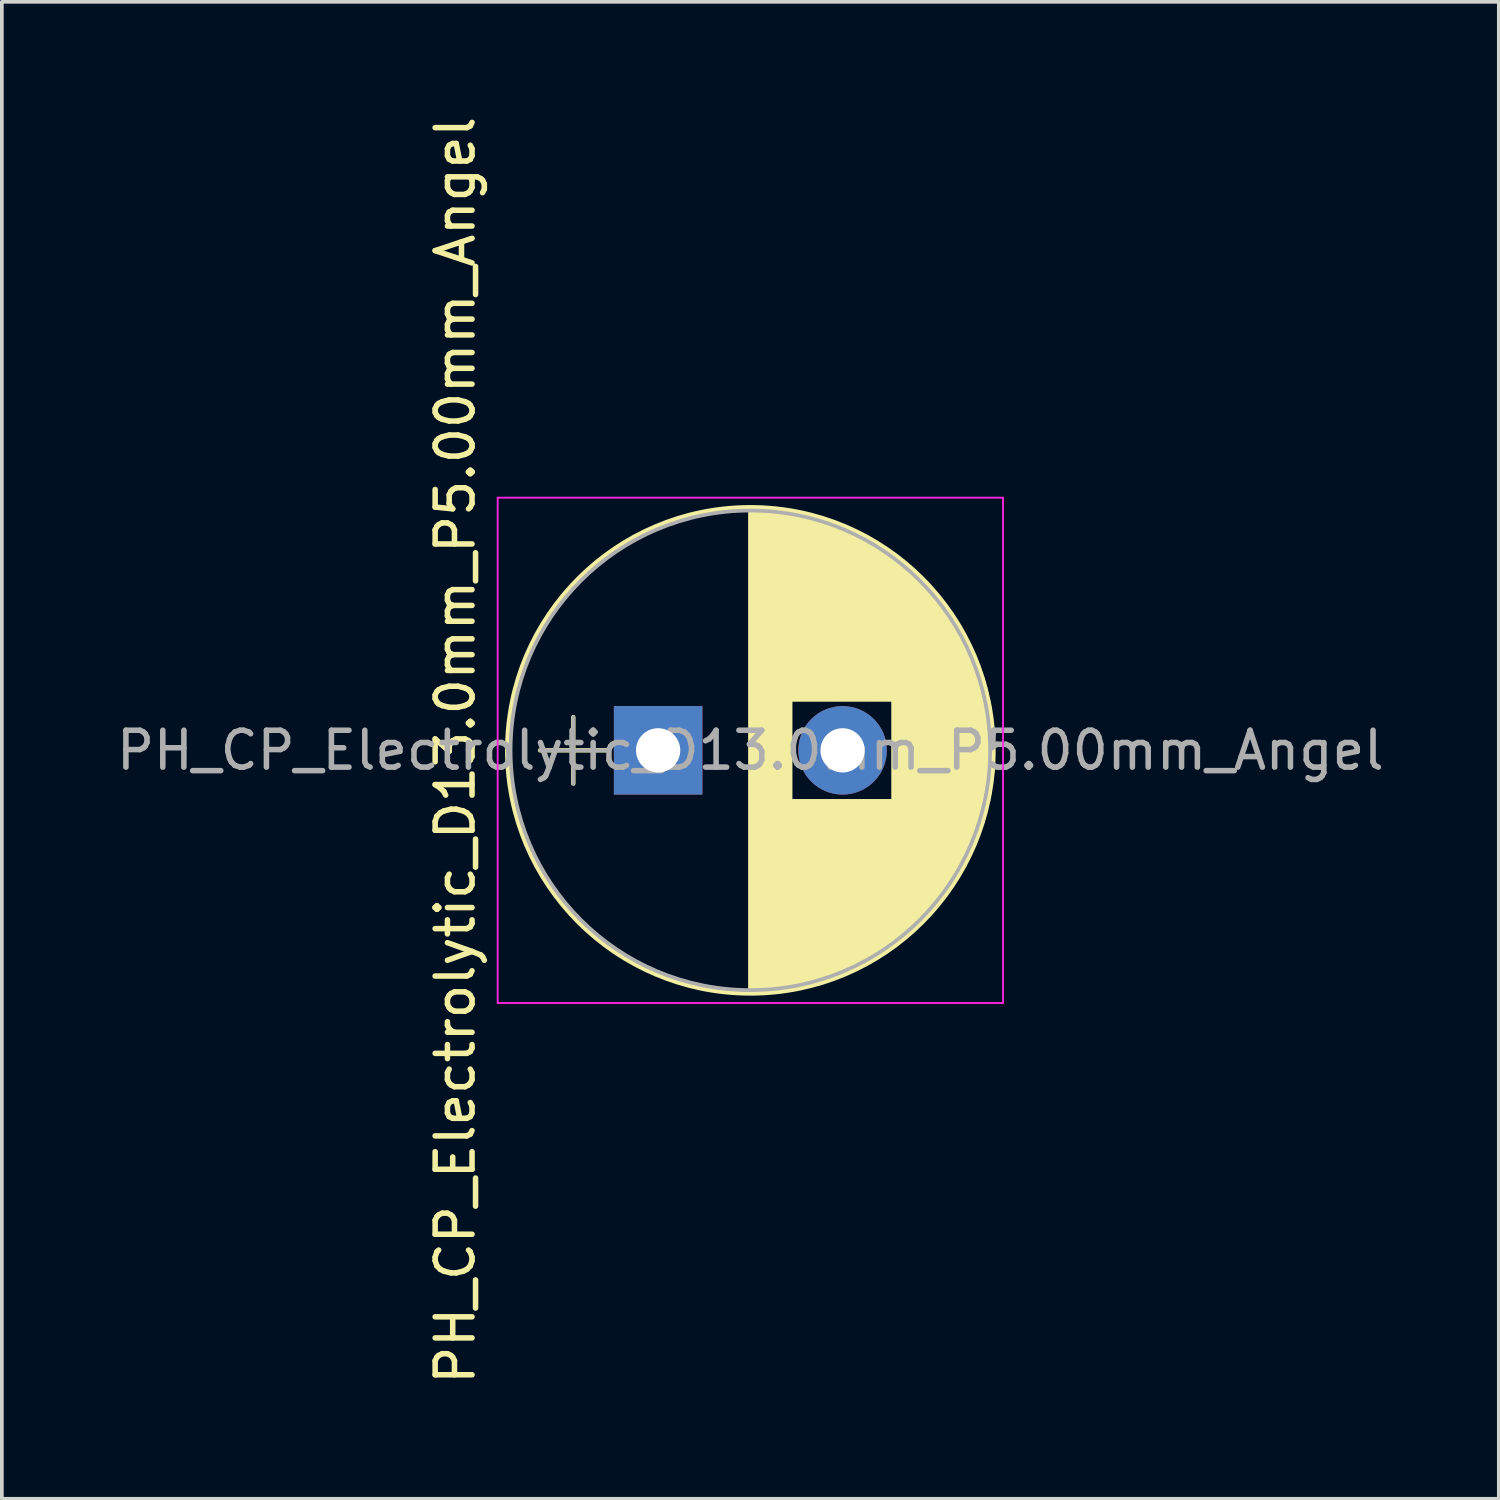
<source format=kicad_pcb>
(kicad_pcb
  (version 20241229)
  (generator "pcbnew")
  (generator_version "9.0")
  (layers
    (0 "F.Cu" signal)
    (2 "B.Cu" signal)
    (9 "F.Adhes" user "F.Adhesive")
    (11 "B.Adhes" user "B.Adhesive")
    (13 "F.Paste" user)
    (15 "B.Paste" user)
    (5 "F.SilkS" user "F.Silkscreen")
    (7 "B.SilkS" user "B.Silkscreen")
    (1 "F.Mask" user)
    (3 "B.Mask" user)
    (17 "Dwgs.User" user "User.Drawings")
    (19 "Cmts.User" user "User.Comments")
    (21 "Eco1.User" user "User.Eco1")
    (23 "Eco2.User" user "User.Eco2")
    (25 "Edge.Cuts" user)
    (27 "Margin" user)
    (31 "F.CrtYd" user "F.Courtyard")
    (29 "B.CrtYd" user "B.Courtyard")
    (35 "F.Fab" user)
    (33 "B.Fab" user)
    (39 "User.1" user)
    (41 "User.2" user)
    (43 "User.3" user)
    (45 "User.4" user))
  (footprint "PH_CP_Electrolytic_D13.0mm_P5.00mm_Angel"
    (layer "F.Cu")
    (at 14.792 17.292)
    (property "Reference" "PH_CP_Electrolytic_D13.0mm_P5.00mm_Angel" (at -5.5 0 270) (layer "F.SilkS") (effects (font (size 1 1) (thickness 0.15))))
    (attr through_hole)
    (fp_line (start -3.2 0) (end -1.4 0) (stroke (width 0.12) (type solid)) (layer "F.SilkS"))
    (fp_line (start -2.3 -0.9) (end -2.3 0.9) (stroke (width 0.12) (type solid)) (layer "F.SilkS"))
    (fp_line (start 2.5 -6.55) (end 2.5 6.55) (stroke (width 0.12) (type solid)) (layer "F.SilkS"))
    (fp_line (start 2.54 -6.55) (end 2.54 6.55) (stroke (width 0.12) (type solid)) (layer "F.SilkS"))
    (fp_line (start 2.58 -6.55) (end 2.58 6.55) (stroke (width 0.12) (type solid)) (layer "F.SilkS"))
    (fp_line (start 2.62 -6.549) (end 2.62 6.549) (stroke (width 0.12) (type solid)) (layer "F.SilkS"))
    (fp_line (start 2.66 -6.549) (end 2.66 6.549) (stroke (width 0.12) (type solid)) (layer "F.SilkS"))
    (fp_line (start 2.7 -6.547) (end 2.7 6.547) (stroke (width 0.12) (type solid)) (layer "F.SilkS"))
    (fp_line (start 2.74 -6.546) (end 2.74 6.546) (stroke (width 0.12) (type solid)) (layer "F.SilkS"))
    (fp_line (start 2.78 -6.545) (end 2.78 6.545) (stroke (width 0.12) (type solid)) (layer "F.SilkS"))
    (fp_line (start 2.82 -6.543) (end 2.82 6.543) (stroke (width 0.12) (type solid)) (layer "F.SilkS"))
    (fp_line (start 2.86 -6.541) (end 2.86 6.541) (stroke (width 0.12) (type solid)) (layer "F.SilkS"))
    (fp_line (start 2.9 -6.538) (end 2.9 6.538) (stroke (width 0.12) (type solid)) (layer "F.SilkS"))
    (fp_line (start 2.94 -6.536) (end 2.94 6.536) (stroke (width 0.12) (type solid)) (layer "F.SilkS"))
    (fp_line (start 2.98 -6.533) (end 2.98 6.533) (stroke (width 0.12) (type solid)) (layer "F.SilkS"))
    (fp_line (start 3.02 -6.53) (end 3.02 6.53) (stroke (width 0.12) (type solid)) (layer "F.SilkS"))
    (fp_line (start 3.06 -6.527) (end 3.06 6.527) (stroke (width 0.12) (type solid)) (layer "F.SilkS"))
    (fp_line (start 3.1 -6.523) (end 3.1 6.523) (stroke (width 0.12) (type solid)) (layer "F.SilkS"))
    (fp_line (start 3.14 -6.519) (end 3.14 6.519) (stroke (width 0.12) (type solid)) (layer "F.SilkS"))
    (fp_line (start 3.18 -6.515) (end 3.18 6.515) (stroke (width 0.12) (type solid)) (layer "F.SilkS"))
    (fp_line (start 3.221 -6.511) (end 3.221 6.511) (stroke (width 0.12) (type solid)) (layer "F.SilkS"))
    (fp_line (start 3.261 -6.507) (end 3.261 6.507) (stroke (width 0.12) (type solid)) (layer "F.SilkS"))
    (fp_line (start 3.301 -6.502) (end 3.301 6.502) (stroke (width 0.12) (type solid)) (layer "F.SilkS"))
    (fp_line (start 3.341 -6.497) (end 3.341 6.497) (stroke (width 0.12) (type solid)) (layer "F.SilkS"))
    (fp_line (start 3.381 -6.491) (end 3.381 6.491) (stroke (width 0.12) (type solid)) (layer "F.SilkS"))
    (fp_line (start 3.421 -6.486) (end 3.421 6.486) (stroke (width 0.12) (type solid)) (layer "F.SilkS"))
    (fp_line (start 3.461 -6.48) (end 3.461 6.48) (stroke (width 0.12) (type solid)) (layer "F.SilkS"))
    (fp_line (start 3.501 -6.474) (end 3.501 6.474) (stroke (width 0.12) (type solid)) (layer "F.SilkS"))
    (fp_line (start 3.541 -6.468) (end 3.541 6.468) (stroke (width 0.12) (type solid)) (layer "F.SilkS"))
    (fp_line (start 3.581 -6.461) (end 3.581 6.461) (stroke (width 0.12) (type solid)) (layer "F.SilkS"))
    (fp_line (start 3.621 -6.455) (end 3.621 -1.38) (stroke (width 0.12) (type solid)) (layer "F.SilkS"))
    (fp_line (start 3.621 1.38) (end 3.621 6.455) (stroke (width 0.12) (type solid)) (layer "F.SilkS"))
    (fp_line (start 3.661 -6.448) (end 3.661 -1.38) (stroke (width 0.12) (type solid)) (layer "F.SilkS"))
    (fp_line (start 3.661 1.38) (end 3.661 6.448) (stroke (width 0.12) (type solid)) (layer "F.SilkS"))
    (fp_line (start 3.701 -6.44) (end 3.701 -1.38) (stroke (width 0.12) (type solid)) (layer "F.SilkS"))
    (fp_line (start 3.701 1.38) (end 3.701 6.44) (stroke (width 0.12) (type solid)) (layer "F.SilkS"))
    (fp_line (start 3.741 -6.433) (end 3.741 -1.38) (stroke (width 0.12) (type solid)) (layer "F.SilkS"))
    (fp_line (start 3.741 1.38) (end 3.741 6.433) (stroke (width 0.12) (type solid)) (layer "F.SilkS"))
    (fp_line (start 3.781 -6.425) (end 3.781 -1.38) (stroke (width 0.12) (type solid)) (layer "F.SilkS"))
    (fp_line (start 3.781 1.38) (end 3.781 6.425) (stroke (width 0.12) (type solid)) (layer "F.SilkS"))
    (fp_line (start 3.821 -6.417) (end 3.821 -1.38) (stroke (width 0.12) (type solid)) (layer "F.SilkS"))
    (fp_line (start 3.821 1.38) (end 3.821 6.417) (stroke (width 0.12) (type solid)) (layer "F.SilkS"))
    (fp_line (start 3.861 -6.409) (end 3.861 -1.38) (stroke (width 0.12) (type solid)) (layer "F.SilkS"))
    (fp_line (start 3.861 1.38) (end 3.861 6.409) (stroke (width 0.12) (type solid)) (layer "F.SilkS"))
    (fp_line (start 3.901 -6.4) (end 3.901 -1.38) (stroke (width 0.12) (type solid)) (layer "F.SilkS"))
    (fp_line (start 3.901 1.38) (end 3.901 6.4) (stroke (width 0.12) (type solid)) (layer "F.SilkS"))
    (fp_line (start 3.941 -6.391) (end 3.941 -1.38) (stroke (width 0.12) (type solid)) (layer "F.SilkS"))
    (fp_line (start 3.941 1.38) (end 3.941 6.391) (stroke (width 0.12) (type solid)) (layer "F.SilkS"))
    (fp_line (start 3.981 -6.382) (end 3.981 -1.38) (stroke (width 0.12) (type solid)) (layer "F.SilkS"))
    (fp_line (start 3.981 1.38) (end 3.981 6.382) (stroke (width 0.12) (type solid)) (layer "F.SilkS"))
    (fp_line (start 4.021 -6.373) (end 4.021 -1.38) (stroke (width 0.12) (type solid)) (layer "F.SilkS"))
    (fp_line (start 4.021 1.38) (end 4.021 6.373) (stroke (width 0.12) (type solid)) (layer "F.SilkS"))
    (fp_line (start 4.061 -6.363) (end 4.061 -1.38) (stroke (width 0.12) (type solid)) (layer "F.SilkS"))
    (fp_line (start 4.061 1.38) (end 4.061 6.363) (stroke (width 0.12) (type solid)) (layer "F.SilkS"))
    (fp_line (start 4.101 -6.353) (end 4.101 -1.38) (stroke (width 0.12) (type solid)) (layer "F.SilkS"))
    (fp_line (start 4.101 1.38) (end 4.101 6.353) (stroke (width 0.12) (type solid)) (layer "F.SilkS"))
    (fp_line (start 4.141 -6.343) (end 4.141 -1.38) (stroke (width 0.12) (type solid)) (layer "F.SilkS"))
    (fp_line (start 4.141 1.38) (end 4.141 6.343) (stroke (width 0.12) (type solid)) (layer "F.SilkS"))
    (fp_line (start 4.181 -6.333) (end 4.181 -1.38) (stroke (width 0.12) (type solid)) (layer "F.SilkS"))
    (fp_line (start 4.181 1.38) (end 4.181 6.333) (stroke (width 0.12) (type solid)) (layer "F.SilkS"))
    (fp_line (start 4.221 -6.322) (end 4.221 -1.38) (stroke (width 0.12) (type solid)) (layer "F.SilkS"))
    (fp_line (start 4.221 1.38) (end 4.221 6.322) (stroke (width 0.12) (type solid)) (layer "F.SilkS"))
    (fp_line (start 4.261 -6.311) (end 4.261 -1.38) (stroke (width 0.12) (type solid)) (layer "F.SilkS"))
    (fp_line (start 4.261 1.38) (end 4.261 6.311) (stroke (width 0.12) (type solid)) (layer "F.SilkS"))
    (fp_line (start 4.301 -6.3) (end 4.301 -1.38) (stroke (width 0.12) (type solid)) (layer "F.SilkS"))
    (fp_line (start 4.301 1.38) (end 4.301 6.3) (stroke (width 0.12) (type solid)) (layer "F.SilkS"))
    (fp_line (start 4.341 -6.288) (end 4.341 -1.38) (stroke (width 0.12) (type solid)) (layer "F.SilkS"))
    (fp_line (start 4.341 1.38) (end 4.341 6.288) (stroke (width 0.12) (type solid)) (layer "F.SilkS"))
    (fp_line (start 4.381 -6.277) (end 4.381 -1.38) (stroke (width 0.12) (type solid)) (layer "F.SilkS"))
    (fp_line (start 4.381 1.38) (end 4.381 6.277) (stroke (width 0.12) (type solid)) (layer "F.SilkS"))
    (fp_line (start 4.421 -6.265) (end 4.421 -1.38) (stroke (width 0.12) (type solid)) (layer "F.SilkS"))
    (fp_line (start 4.421 1.38) (end 4.421 6.265) (stroke (width 0.12) (type solid)) (layer "F.SilkS"))
    (fp_line (start 4.461 -6.252) (end 4.461 -1.38) (stroke (width 0.12) (type solid)) (layer "F.SilkS"))
    (fp_line (start 4.461 1.38) (end 4.461 6.252) (stroke (width 0.12) (type solid)) (layer "F.SilkS"))
    (fp_line (start 4.501 -6.24) (end 4.501 -1.38) (stroke (width 0.12) (type solid)) (layer "F.SilkS"))
    (fp_line (start 4.501 1.38) (end 4.501 6.24) (stroke (width 0.12) (type solid)) (layer "F.SilkS"))
    (fp_line (start 4.541 -6.227) (end 4.541 -1.38) (stroke (width 0.12) (type solid)) (layer "F.SilkS"))
    (fp_line (start 4.541 1.38) (end 4.541 6.227) (stroke (width 0.12) (type solid)) (layer "F.SilkS"))
    (fp_line (start 4.581 -6.214) (end 4.581 -1.38) (stroke (width 0.12) (type solid)) (layer "F.SilkS"))
    (fp_line (start 4.581 1.38) (end 4.581 6.214) (stroke (width 0.12) (type solid)) (layer "F.SilkS"))
    (fp_line (start 4.621 -6.2) (end 4.621 -1.38) (stroke (width 0.12) (type solid)) (layer "F.SilkS"))
    (fp_line (start 4.621 1.38) (end 4.621 6.2) (stroke (width 0.12) (type solid)) (layer "F.SilkS"))
    (fp_line (start 4.661 -6.186) (end 4.661 -1.38) (stroke (width 0.12) (type solid)) (layer "F.SilkS"))
    (fp_line (start 4.661 1.38) (end 4.661 6.186) (stroke (width 0.12) (type solid)) (layer "F.SilkS"))
    (fp_line (start 4.701 -6.172) (end 4.701 -1.38) (stroke (width 0.12) (type solid)) (layer "F.SilkS"))
    (fp_line (start 4.701 1.38) (end 4.701 6.172) (stroke (width 0.12) (type solid)) (layer "F.SilkS"))
    (fp_line (start 4.741 -6.158) (end 4.741 -1.38) (stroke (width 0.12) (type solid)) (layer "F.SilkS"))
    (fp_line (start 4.741 1.38) (end 4.741 6.158) (stroke (width 0.12) (type solid)) (layer "F.SilkS"))
    (fp_line (start 4.781 -6.144) (end 4.781 -1.38) (stroke (width 0.12) (type solid)) (layer "F.SilkS"))
    (fp_line (start 4.781 1.38) (end 4.781 6.144) (stroke (width 0.12) (type solid)) (layer "F.SilkS"))
    (fp_line (start 4.821 -6.129) (end 4.821 -1.38) (stroke (width 0.12) (type solid)) (layer "F.SilkS"))
    (fp_line (start 4.821 1.38) (end 4.821 6.129) (stroke (width 0.12) (type solid)) (layer "F.SilkS"))
    (fp_line (start 4.861 -6.113) (end 4.861 -1.38) (stroke (width 0.12) (type solid)) (layer "F.SilkS"))
    (fp_line (start 4.861 1.38) (end 4.861 6.113) (stroke (width 0.12) (type solid)) (layer "F.SilkS"))
    (fp_line (start 4.901 -6.098) (end 4.901 -1.38) (stroke (width 0.12) (type solid)) (layer "F.SilkS"))
    (fp_line (start 4.901 1.38) (end 4.901 6.098) (stroke (width 0.12) (type solid)) (layer "F.SilkS"))
    (fp_line (start 4.941 -6.082) (end 4.941 -1.38) (stroke (width 0.12) (type solid)) (layer "F.SilkS"))
    (fp_line (start 4.941 1.38) (end 4.941 6.082) (stroke (width 0.12) (type solid)) (layer "F.SilkS"))
    (fp_line (start 4.981 -6.066) (end 4.981 -1.38) (stroke (width 0.12) (type solid)) (layer "F.SilkS"))
    (fp_line (start 4.981 1.38) (end 4.981 6.066) (stroke (width 0.12) (type solid)) (layer "F.SilkS"))
    (fp_line (start 5.021 -6.05) (end 5.021 -1.38) (stroke (width 0.12) (type solid)) (layer "F.SilkS"))
    (fp_line (start 5.021 1.38) (end 5.021 6.05) (stroke (width 0.12) (type solid)) (layer "F.SilkS"))
    (fp_line (start 5.061 -6.033) (end 5.061 -1.38) (stroke (width 0.12) (type solid)) (layer "F.SilkS"))
    (fp_line (start 5.061 1.38) (end 5.061 6.033) (stroke (width 0.12) (type solid)) (layer "F.SilkS"))
    (fp_line (start 5.101 -6.016) (end 5.101 -1.38) (stroke (width 0.12) (type solid)) (layer "F.SilkS"))
    (fp_line (start 5.101 1.38) (end 5.101 6.016) (stroke (width 0.12) (type solid)) (layer "F.SilkS"))
    (fp_line (start 5.141 -5.999) (end 5.141 -1.38) (stroke (width 0.12) (type solid)) (layer "F.SilkS"))
    (fp_line (start 5.141 1.38) (end 5.141 5.999) (stroke (width 0.12) (type solid)) (layer "F.SilkS"))
    (fp_line (start 5.181 -5.981) (end 5.181 -1.38) (stroke (width 0.12) (type solid)) (layer "F.SilkS"))
    (fp_line (start 5.181 1.38) (end 5.181 5.981) (stroke (width 0.12) (type solid)) (layer "F.SilkS"))
    (fp_line (start 5.221 -5.963) (end 5.221 -1.38) (stroke (width 0.12) (type solid)) (layer "F.SilkS"))
    (fp_line (start 5.221 1.38) (end 5.221 5.963) (stroke (width 0.12) (type solid)) (layer "F.SilkS"))
    (fp_line (start 5.261 -5.945) (end 5.261 -1.38) (stroke (width 0.12) (type solid)) (layer "F.SilkS"))
    (fp_line (start 5.261 1.38) (end 5.261 5.945) (stroke (width 0.12) (type solid)) (layer "F.SilkS"))
    (fp_line (start 5.301 -5.926) (end 5.301 -1.38) (stroke (width 0.12) (type solid)) (layer "F.SilkS"))
    (fp_line (start 5.301 1.38) (end 5.301 5.926) (stroke (width 0.12) (type solid)) (layer "F.SilkS"))
    (fp_line (start 5.341 -5.907) (end 5.341 -1.38) (stroke (width 0.12) (type solid)) (layer "F.SilkS"))
    (fp_line (start 5.341 1.38) (end 5.341 5.907) (stroke (width 0.12) (type solid)) (layer "F.SilkS"))
    (fp_line (start 5.381 -5.888) (end 5.381 -1.38) (stroke (width 0.12) (type solid)) (layer "F.SilkS"))
    (fp_line (start 5.381 1.38) (end 5.381 5.888) (stroke (width 0.12) (type solid)) (layer "F.SilkS"))
    (fp_line (start 5.421 -5.868) (end 5.421 -1.38) (stroke (width 0.12) (type solid)) (layer "F.SilkS"))
    (fp_line (start 5.421 1.38) (end 5.421 5.868) (stroke (width 0.12) (type solid)) (layer "F.SilkS"))
    (fp_line (start 5.461 -5.848) (end 5.461 -1.38) (stroke (width 0.12) (type solid)) (layer "F.SilkS"))
    (fp_line (start 5.461 1.38) (end 5.461 5.848) (stroke (width 0.12) (type solid)) (layer "F.SilkS"))
    (fp_line (start 5.501 -5.828) (end 5.501 -1.38) (stroke (width 0.12) (type solid)) (layer "F.SilkS"))
    (fp_line (start 5.501 1.38) (end 5.501 5.828) (stroke (width 0.12) (type solid)) (layer "F.SilkS"))
    (fp_line (start 5.541 -5.807) (end 5.541 -1.38) (stroke (width 0.12) (type solid)) (layer "F.SilkS"))
    (fp_line (start 5.541 1.38) (end 5.541 5.807) (stroke (width 0.12) (type solid)) (layer "F.SilkS"))
    (fp_line (start 5.581 -5.786) (end 5.581 -1.38) (stroke (width 0.12) (type solid)) (layer "F.SilkS"))
    (fp_line (start 5.581 1.38) (end 5.581 5.786) (stroke (width 0.12) (type solid)) (layer "F.SilkS"))
    (fp_line (start 5.621 -5.765) (end 5.621 -1.38) (stroke (width 0.12) (type solid)) (layer "F.SilkS"))
    (fp_line (start 5.621 1.38) (end 5.621 5.765) (stroke (width 0.12) (type solid)) (layer "F.SilkS"))
    (fp_line (start 5.661 -5.743) (end 5.661 -1.38) (stroke (width 0.12) (type solid)) (layer "F.SilkS"))
    (fp_line (start 5.661 1.38) (end 5.661 5.743) (stroke (width 0.12) (type solid)) (layer "F.SilkS"))
    (fp_line (start 5.701 -5.721) (end 5.701 -1.38) (stroke (width 0.12) (type solid)) (layer "F.SilkS"))
    (fp_line (start 5.701 1.38) (end 5.701 5.721) (stroke (width 0.12) (type solid)) (layer "F.SilkS"))
    (fp_line (start 5.741 -5.699) (end 5.741 -1.38) (stroke (width 0.12) (type solid)) (layer "F.SilkS"))
    (fp_line (start 5.741 1.38) (end 5.741 5.699) (stroke (width 0.12) (type solid)) (layer "F.SilkS"))
    (fp_line (start 5.781 -5.676) (end 5.781 -1.38) (stroke (width 0.12) (type solid)) (layer "F.SilkS"))
    (fp_line (start 5.781 1.38) (end 5.781 5.676) (stroke (width 0.12) (type solid)) (layer "F.SilkS"))
    (fp_line (start 5.821 -5.653) (end 5.821 -1.38) (stroke (width 0.12) (type solid)) (layer "F.SilkS"))
    (fp_line (start 5.821 1.38) (end 5.821 5.653) (stroke (width 0.12) (type solid)) (layer "F.SilkS"))
    (fp_line (start 5.861 -5.63) (end 5.861 -1.38) (stroke (width 0.12) (type solid)) (layer "F.SilkS"))
    (fp_line (start 5.861 1.38) (end 5.861 5.63) (stroke (width 0.12) (type solid)) (layer "F.SilkS"))
    (fp_line (start 5.901 -5.606) (end 5.901 -1.38) (stroke (width 0.12) (type solid)) (layer "F.SilkS"))
    (fp_line (start 5.901 1.38) (end 5.901 5.606) (stroke (width 0.12) (type solid)) (layer "F.SilkS"))
    (fp_line (start 5.941 -5.581) (end 5.941 -1.38) (stroke (width 0.12) (type solid)) (layer "F.SilkS"))
    (fp_line (start 5.941 1.38) (end 5.941 5.581) (stroke (width 0.12) (type solid)) (layer "F.SilkS"))
    (fp_line (start 5.981 -5.557) (end 5.981 -1.38) (stroke (width 0.12) (type solid)) (layer "F.SilkS"))
    (fp_line (start 5.981 1.38) (end 5.981 5.557) (stroke (width 0.12) (type solid)) (layer "F.SilkS"))
    (fp_line (start 6.021 -5.532) (end 6.021 -1.38) (stroke (width 0.12) (type solid)) (layer "F.SilkS"))
    (fp_line (start 6.021 1.38) (end 6.021 5.532) (stroke (width 0.12) (type solid)) (layer "F.SilkS"))
    (fp_line (start 6.061 -5.506) (end 6.061 -1.38) (stroke (width 0.12) (type solid)) (layer "F.SilkS"))
    (fp_line (start 6.061 1.38) (end 6.061 5.506) (stroke (width 0.12) (type solid)) (layer "F.SilkS"))
    (fp_line (start 6.101 -5.48) (end 6.101 -1.38) (stroke (width 0.12) (type solid)) (layer "F.SilkS"))
    (fp_line (start 6.101 1.38) (end 6.101 5.48) (stroke (width 0.12) (type solid)) (layer "F.SilkS"))
    (fp_line (start 6.141 -5.454) (end 6.141 -1.38) (stroke (width 0.12) (type solid)) (layer "F.SilkS"))
    (fp_line (start 6.141 1.38) (end 6.141 5.454) (stroke (width 0.12) (type solid)) (layer "F.SilkS"))
    (fp_line (start 6.181 -5.427) (end 6.181 -1.38) (stroke (width 0.12) (type solid)) (layer "F.SilkS"))
    (fp_line (start 6.181 1.38) (end 6.181 5.427) (stroke (width 0.12) (type solid)) (layer "F.SilkS"))
    (fp_line (start 6.221 -5.4) (end 6.221 -1.38) (stroke (width 0.12) (type solid)) (layer "F.SilkS"))
    (fp_line (start 6.221 1.38) (end 6.221 5.4) (stroke (width 0.12) (type solid)) (layer "F.SilkS"))
    (fp_line (start 6.261 -5.373) (end 6.261 -1.38) (stroke (width 0.12) (type solid)) (layer "F.SilkS"))
    (fp_line (start 6.261 1.38) (end 6.261 5.373) (stroke (width 0.12) (type solid)) (layer "F.SilkS"))
    (fp_line (start 6.301 -5.345) (end 6.301 -1.38) (stroke (width 0.12) (type solid)) (layer "F.SilkS"))
    (fp_line (start 6.301 1.38) (end 6.301 5.345) (stroke (width 0.12) (type solid)) (layer "F.SilkS"))
    (fp_line (start 6.341 -5.316) (end 6.341 -1.38) (stroke (width 0.12) (type solid)) (layer "F.SilkS"))
    (fp_line (start 6.341 1.38) (end 6.341 5.316) (stroke (width 0.12) (type solid)) (layer "F.SilkS"))
    (fp_line (start 6.381 -5.287) (end 6.381 5.287) (stroke (width 0.12) (type solid)) (layer "F.SilkS"))
    (fp_line (start 6.421 -5.258) (end 6.421 5.258) (stroke (width 0.12) (type solid)) (layer "F.SilkS"))
    (fp_line (start 6.461 -5.228) (end 6.461 5.228) (stroke (width 0.12) (type solid)) (layer "F.SilkS"))
    (fp_line (start 6.501 -5.198) (end 6.501 5.198) (stroke (width 0.12) (type solid)) (layer "F.SilkS"))
    (fp_line (start 6.541 -5.167) (end 6.541 5.167) (stroke (width 0.12) (type solid)) (layer "F.SilkS"))
    (fp_line (start 6.581 -5.136) (end 6.581 5.136) (stroke (width 0.12) (type solid)) (layer "F.SilkS"))
    (fp_line (start 6.621 -5.104) (end 6.621 5.104) (stroke (width 0.12) (type solid)) (layer "F.SilkS"))
    (fp_line (start 6.661 -5.072) (end 6.661 5.072) (stroke (width 0.12) (type solid)) (layer "F.SilkS"))
    (fp_line (start 6.701 -5.039) (end 6.701 5.039) (stroke (width 0.12) (type solid)) (layer "F.SilkS"))
    (fp_line (start 6.741 -5.005) (end 6.741 5.005) (stroke (width 0.12) (type solid)) (layer "F.SilkS"))
    (fp_line (start 6.781 -4.971) (end 6.781 4.971) (stroke (width 0.12) (type solid)) (layer "F.SilkS"))
    (fp_line (start 6.821 -4.937) (end 6.821 4.937) (stroke (width 0.12) (type solid)) (layer "F.SilkS"))
    (fp_line (start 6.861 -4.902) (end 6.861 4.902) (stroke (width 0.12) (type solid)) (layer "F.SilkS"))
    (fp_line (start 6.901 -4.866) (end 6.901 4.866) (stroke (width 0.12) (type solid)) (layer "F.SilkS"))
    (fp_line (start 6.941 -4.83) (end 6.941 4.83) (stroke (width 0.12) (type solid)) (layer "F.SilkS"))
    (fp_line (start 6.981 -4.793) (end 6.981 4.793) (stroke (width 0.12) (type solid)) (layer "F.SilkS"))
    (fp_line (start 7.021 -4.756) (end 7.021 4.756) (stroke (width 0.12) (type solid)) (layer "F.SilkS"))
    (fp_line (start 7.061 -4.718) (end 7.061 4.718) (stroke (width 0.12) (type solid)) (layer "F.SilkS"))
    (fp_line (start 7.101 -4.679) (end 7.101 4.679) (stroke (width 0.12) (type solid)) (layer "F.SilkS"))
    (fp_line (start 7.141 -4.64) (end 7.141 4.64) (stroke (width 0.12) (type solid)) (layer "F.SilkS"))
    (fp_line (start 7.181 -4.6) (end 7.181 4.6) (stroke (width 0.12) (type solid)) (layer "F.SilkS"))
    (fp_line (start 7.221 -4.559) (end 7.221 4.559) (stroke (width 0.12) (type solid)) (layer "F.SilkS"))
    (fp_line (start 7.261 -4.518) (end 7.261 4.518) (stroke (width 0.12) (type solid)) (layer "F.SilkS"))
    (fp_line (start 7.301 -4.476) (end 7.301 4.476) (stroke (width 0.12) (type solid)) (layer "F.SilkS"))
    (fp_line (start 7.341 -4.433) (end 7.341 4.433) (stroke (width 0.12) (type solid)) (layer "F.SilkS"))
    (fp_line (start 7.381 -4.389) (end 7.381 4.389) (stroke (width 0.12) (type solid)) (layer "F.SilkS"))
    (fp_line (start 7.421 -4.345) (end 7.421 4.345) (stroke (width 0.12) (type solid)) (layer "F.SilkS"))
    (fp_line (start 7.461 -4.299) (end 7.461 4.299) (stroke (width 0.12) (type solid)) (layer "F.SilkS"))
    (fp_line (start 7.501 -4.253) (end 7.501 4.253) (stroke (width 0.12) (type solid)) (layer "F.SilkS"))
    (fp_line (start 7.541 -4.206) (end 7.541 4.206) (stroke (width 0.12) (type solid)) (layer "F.SilkS"))
    (fp_line (start 7.581 -4.158) (end 7.581 4.158) (stroke (width 0.12) (type solid)) (layer "F.SilkS"))
    (fp_line (start 7.621 -4.109) (end 7.621 4.109) (stroke (width 0.12) (type solid)) (layer "F.SilkS"))
    (fp_line (start 7.661 -4.06) (end 7.661 4.06) (stroke (width 0.12) (type solid)) (layer "F.SilkS"))
    (fp_line (start 7.701 -4.009) (end 7.701 4.009) (stroke (width 0.12) (type solid)) (layer "F.SilkS"))
    (fp_line (start 7.741 -3.957) (end 7.741 3.957) (stroke (width 0.12) (type solid)) (layer "F.SilkS"))
    (fp_line (start 7.781 -3.904) (end 7.781 3.904) (stroke (width 0.12) (type solid)) (layer "F.SilkS"))
    (fp_line (start 7.821 -3.85) (end 7.821 3.85) (stroke (width 0.12) (type solid)) (layer "F.SilkS"))
    (fp_line (start 7.861 -3.794) (end 7.861 3.794) (stroke (width 0.12) (type solid)) (layer "F.SilkS"))
    (fp_line (start 7.901 -3.738) (end 7.901 3.738) (stroke (width 0.12) (type solid)) (layer "F.SilkS"))
    (fp_line (start 7.941 -3.68) (end 7.941 3.68) (stroke (width 0.12) (type solid)) (layer "F.SilkS"))
    (fp_line (start 7.981 -3.621) (end 7.981 3.621) (stroke (width 0.12) (type solid)) (layer "F.SilkS"))
    (fp_line (start 8.021 -3.56) (end 8.021 3.56) (stroke (width 0.12) (type solid)) (layer "F.SilkS"))
    (fp_line (start 8.061 -3.498) (end 8.061 3.498) (stroke (width 0.12) (type solid)) (layer "F.SilkS"))
    (fp_line (start 8.101 -3.434) (end 8.101 3.434) (stroke (width 0.12) (type solid)) (layer "F.SilkS"))
    (fp_line (start 8.141 -3.369) (end 8.141 3.369) (stroke (width 0.12) (type solid)) (layer "F.SilkS"))
    (fp_line (start 8.181 -3.302) (end 8.181 3.302) (stroke (width 0.12) (type solid)) (layer "F.SilkS"))
    (fp_line (start 8.221 -3.233) (end 8.221 3.233) (stroke (width 0.12) (type solid)) (layer "F.SilkS"))
    (fp_line (start 8.261 -3.162) (end 8.261 3.162) (stroke (width 0.12) (type solid)) (layer "F.SilkS"))
    (fp_line (start 8.301 -3.089) (end 8.301 3.089) (stroke (width 0.12) (type solid)) (layer "F.SilkS"))
    (fp_line (start 8.341 -3.014) (end 8.341 3.014) (stroke (width 0.12) (type solid)) (layer "F.SilkS"))
    (fp_line (start 8.381 -2.936) (end 8.381 2.936) (stroke (width 0.12) (type solid)) (layer "F.SilkS"))
    (fp_line (start 8.421 -2.856) (end 8.421 2.856) (stroke (width 0.12) (type solid)) (layer "F.SilkS"))
    (fp_line (start 8.461 -2.772) (end 8.461 2.772) (stroke (width 0.12) (type solid)) (layer "F.SilkS"))
    (fp_line (start 8.501 -2.686) (end 8.501 2.686) (stroke (width 0.12) (type solid)) (layer "F.SilkS"))
    (fp_line (start 8.541 -2.596) (end 8.541 2.596) (stroke (width 0.12) (type solid)) (layer "F.SilkS"))
    (fp_line (start 8.581 -2.502) (end 8.581 2.502) (stroke (width 0.12) (type solid)) (layer "F.SilkS"))
    (fp_line (start 8.621 -2.405) (end 8.621 2.405) (stroke (width 0.12) (type solid)) (layer "F.SilkS"))
    (fp_line (start 8.661 -2.302) (end 8.661 2.302) (stroke (width 0.12) (type solid)) (layer "F.SilkS"))
    (fp_line (start 8.701 -2.194) (end 8.701 2.194) (stroke (width 0.12) (type solid)) (layer "F.SilkS"))
    (fp_line (start 8.741 -2.08) (end 8.741 2.08) (stroke (width 0.12) (type solid)) (layer "F.SilkS"))
    (fp_line (start 8.781 -1.958) (end 8.781 1.958) (stroke (width 0.12) (type solid)) (layer "F.SilkS"))
    (fp_line (start 8.821 -1.828) (end 8.821 1.828) (stroke (width 0.12) (type solid)) (layer "F.SilkS"))
    (fp_line (start 8.861 -1.686) (end 8.861 1.686) (stroke (width 0.12) (type solid)) (layer "F.SilkS"))
    (fp_line (start 8.901 -1.532) (end 8.901 1.532) (stroke (width 0.12) (type solid)) (layer "F.SilkS"))
    (fp_line (start 8.941 -1.359) (end 8.941 1.359) (stroke (width 0.12) (type solid)) (layer "F.SilkS"))
    (fp_line (start 8.981 -1.16) (end 8.981 1.16) (stroke (width 0.12) (type solid)) (layer "F.SilkS"))
    (fp_line (start 9.021 -0.918) (end 9.021 0.918) (stroke (width 0.12) (type solid)) (layer "F.SilkS"))
    (fp_line (start 9.061 -0.589) (end 9.061 0.589) (stroke (width 0.12) (type solid)) (layer "F.SilkS"))
    (fp_circle (center 2.5 0) (end 9.09 0) (stroke (width 0.12) (type solid)) (fill no) (layer "F.SilkS"))
    (fp_line (start -4.35 -6.85) (end -4.35 6.85) (stroke (width 0.05) (type solid)) (layer "F.CrtYd"))
    (fp_line (start -4.35 6.85) (end 9.35 6.85) (stroke (width 0.05) (type solid)) (layer "F.CrtYd"))
    (fp_line (start 9.35 -6.85) (end -4.35 -6.85) (stroke (width 0.05) (type solid)) (layer "F.CrtYd"))
    (fp_line (start 9.35 6.85) (end 9.35 -6.85) (stroke (width 0.05) (type solid)) (layer "F.CrtYd"))
    (fp_line (start -3.2 0) (end -1.4 0) (stroke (width 0.1) (type solid)) (layer "F.Fab"))
    (fp_line (start -2.3 -0.9) (end -2.3 0.9) (stroke (width 0.1) (type solid)) (layer "F.Fab"))
    (fp_circle (center 2.5 0) (end 9 0) (stroke (width 0.1) (type solid)) (fill no) (layer "F.Fab"))
    (fp_text user "${REFERENCE}" (at 2.5 0 0) (layer "F.Fab") (effects (font (size 1 1) (thickness 0.15))))
    (pad "1" thru_hole rect (at 0 0) (size 2.4 2.4) (drill 1.2) (layers "*.Cu" "*.Mask"))
    (pad "2" thru_hole circle (at 5 0) (size 2.4 2.4) (drill 1.2) (layers "*.Cu" "*.Mask")))
  (gr_rect
    (start -3 -3)
    (end 37.583 37.583)
    (stroke (width 0.1) (type default))
    (fill no)
    (layer "Edge.Cuts")))
</source>
